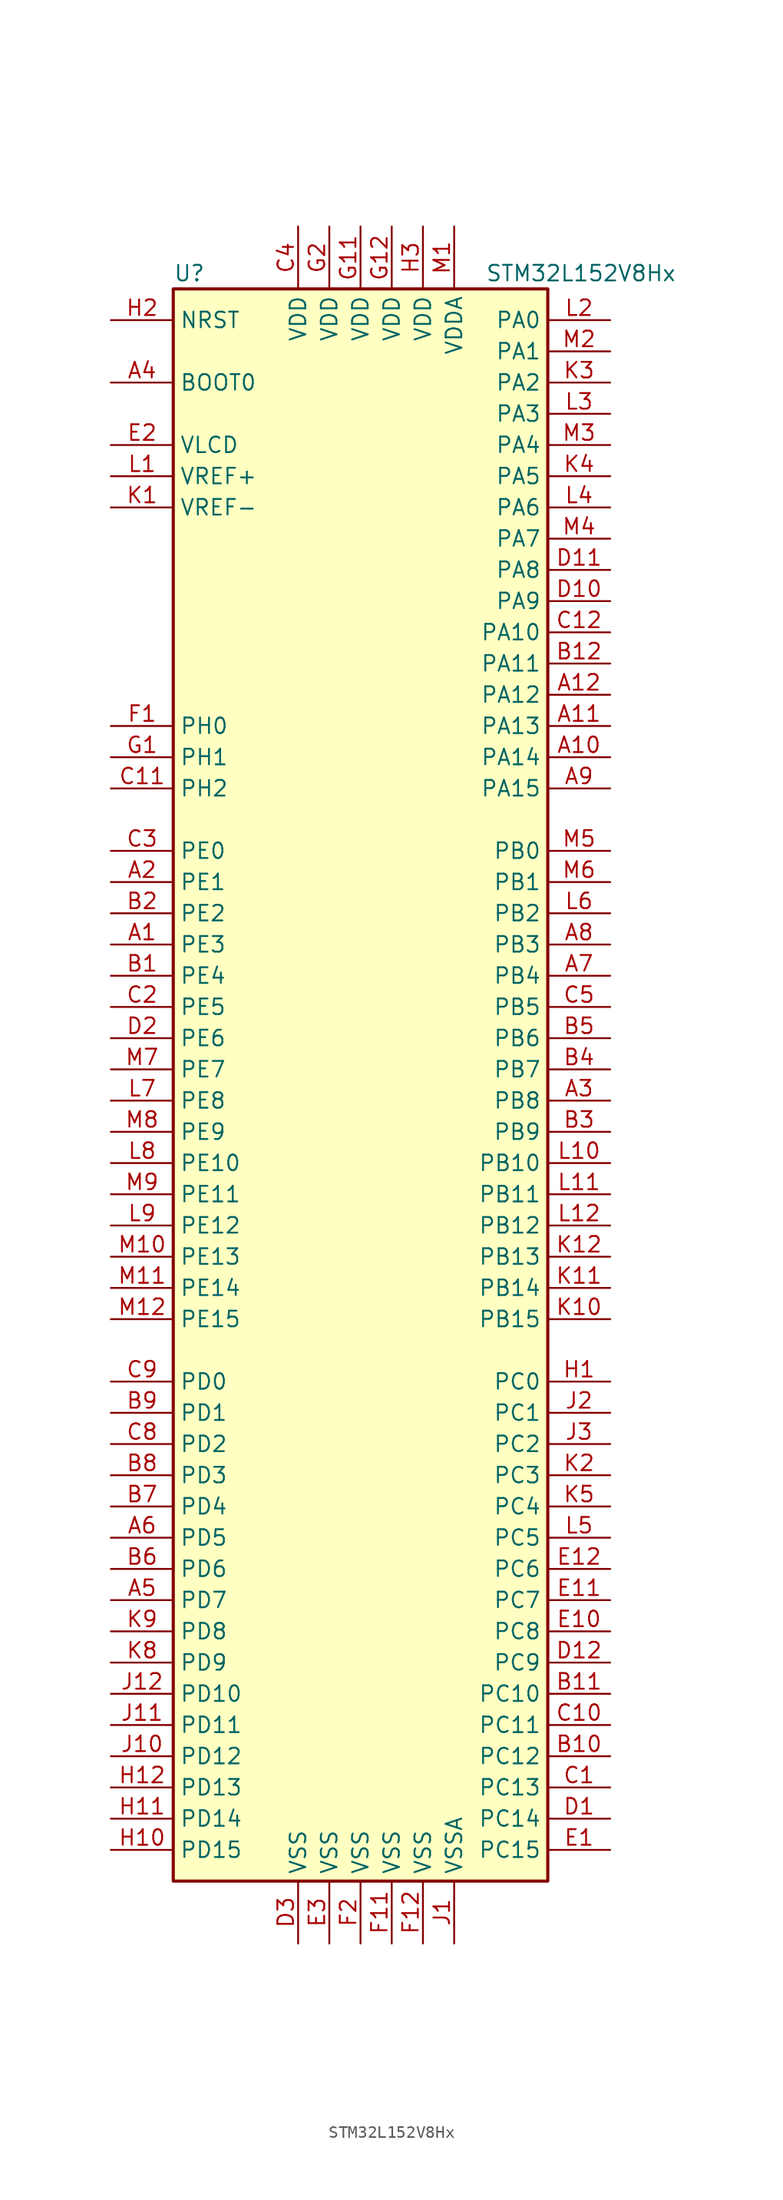
<source format=kicad_sym>
(kicad_symbol_lib
  (version 20201005)
  (generator kicad_symbol_editor)
  (symbol "STM32L152V8Hx"
    (property "Reference" "U"
      (at -15.24 64.77 0)
      (effects (font (size 1.27 1.27)) (justify left)))
    (property "Value" "STM32L152V8Hx"
      (at 10.16 64.77 0)
      (effects (font (size 1.27 1.27)) (justify left)))
    (symbol "STM32L152V8Hx_0_1"
      (rectangle (start -15.24 -66.04) (end 15.24 63.5) (stroke (width 0.254)) (fill (type background))))
    (symbol "STM32L152V8Hx_1_1"
      (pin bidirectional line (at -20.32 10.16 0) (length 5.08) (name "PE3" (effects (font (size 1.27 1.27)))) (number "A1" (effects (font (size 1.27 1.27)))))
      (pin bidirectional line (at 20.32 25.4 180) (length 5.08) (name "PA14" (effects (font (size 1.27 1.27)))) (number "A10" (effects (font (size 1.27 1.27)))))
      (pin bidirectional line (at 20.32 27.94 180) (length 5.08) (name "PA13" (effects (font (size 1.27 1.27)))) (number "A11" (effects (font (size 1.27 1.27)))))
      (pin bidirectional line (at 20.32 30.48 180) (length 5.08) (name "PA12" (effects (font (size 1.27 1.27)))) (number "A12" (effects (font (size 1.27 1.27)))))
      (pin bidirectional line (at -20.32 15.24 0) (length 5.08) (name "PE1" (effects (font (size 1.27 1.27)))) (number "A2" (effects (font (size 1.27 1.27)))))
      (pin bidirectional line (at 20.32 -2.54 180) (length 5.08) (name "PB8" (effects (font (size 1.27 1.27)))) (number "A3" (effects (font (size 1.27 1.27)))))
      (pin input line (at -20.32 55.88 0) (length 5.08) (name "BOOT0" (effects (font (size 1.27 1.27)))) (number "A4" (effects (font (size 1.27 1.27)))))
      (pin bidirectional line (at -20.32 -43.18 0) (length 5.08) (name "PD7" (effects (font (size 1.27 1.27)))) (number "A5" (effects (font (size 1.27 1.27)))))
      (pin bidirectional line (at -20.32 -38.1 0) (length 5.08) (name "PD5" (effects (font (size 1.27 1.27)))) (number "A6" (effects (font (size 1.27 1.27)))))
      (pin bidirectional line (at 20.32 7.62 180) (length 5.08) (name "PB4" (effects (font (size 1.27 1.27)))) (number "A7" (effects (font (size 1.27 1.27)))))
      (pin bidirectional line (at 20.32 10.16 180) (length 5.08) (name "PB3" (effects (font (size 1.27 1.27)))) (number "A8" (effects (font (size 1.27 1.27)))))
      (pin bidirectional line (at 20.32 22.86 180) (length 5.08) (name "PA15" (effects (font (size 1.27 1.27)))) (number "A9" (effects (font (size 1.27 1.27)))))
      (pin bidirectional line (at -20.32 7.62 0) (length 5.08) (name "PE4" (effects (font (size 1.27 1.27)))) (number "B1" (effects (font (size 1.27 1.27)))))
      (pin bidirectional line (at 20.32 -55.88 180) (length 5.08) (name "PC12" (effects (font (size 1.27 1.27)))) (number "B10" (effects (font (size 1.27 1.27)))))
      (pin bidirectional line (at 20.32 -50.8 180) (length 5.08) (name "PC10" (effects (font (size 1.27 1.27)))) (number "B11" (effects (font (size 1.27 1.27)))))
      (pin bidirectional line (at 20.32 33.02 180) (length 5.08) (name "PA11" (effects (font (size 1.27 1.27)))) (number "B12" (effects (font (size 1.27 1.27)))))
      (pin bidirectional line (at -20.32 12.7 0) (length 5.08) (name "PE2" (effects (font (size 1.27 1.27)))) (number "B2" (effects (font (size 1.27 1.27)))))
      (pin bidirectional line (at 20.32 -5.08 180) (length 5.08) (name "PB9" (effects (font (size 1.27 1.27)))) (number "B3" (effects (font (size 1.27 1.27)))))
      (pin bidirectional line (at 20.32 0 180) (length 5.08) (name "PB7" (effects (font (size 1.27 1.27)))) (number "B4" (effects (font (size 1.27 1.27)))))
      (pin bidirectional line (at 20.32 2.54 180) (length 5.08) (name "PB6" (effects (font (size 1.27 1.27)))) (number "B5" (effects (font (size 1.27 1.27)))))
      (pin bidirectional line (at -20.32 -40.64 0) (length 5.08) (name "PD6" (effects (font (size 1.27 1.27)))) (number "B6" (effects (font (size 1.27 1.27)))))
      (pin bidirectional line (at -20.32 -35.56 0) (length 5.08) (name "PD4" (effects (font (size 1.27 1.27)))) (number "B7" (effects (font (size 1.27 1.27)))))
      (pin bidirectional line (at -20.32 -33.02 0) (length 5.08) (name "PD3" (effects (font (size 1.27 1.27)))) (number "B8" (effects (font (size 1.27 1.27)))))
      (pin bidirectional line (at -20.32 -27.94 0) (length 5.08) (name "PD1" (effects (font (size 1.27 1.27)))) (number "B9" (effects (font (size 1.27 1.27)))))
      (pin bidirectional line (at 20.32 -58.42 180) (length 5.08) (name "PC13" (effects (font (size 1.27 1.27)))) (number "C1" (effects (font (size 1.27 1.27)))))
      (pin bidirectional line (at 20.32 -53.34 180) (length 5.08) (name "PC11" (effects (font (size 1.27 1.27)))) (number "C10" (effects (font (size 1.27 1.27)))))
      (pin bidirectional line (at -20.32 22.86 0) (length 5.08) (name "PH2" (effects (font (size 1.27 1.27)))) (number "C11" (effects (font (size 1.27 1.27)))))
      (pin bidirectional line (at 20.32 35.56 180) (length 5.08) (name "PA10" (effects (font (size 1.27 1.27)))) (number "C12" (effects (font (size 1.27 1.27)))))
      (pin bidirectional line (at -20.32 5.08 0) (length 5.08) (name "PE5" (effects (font (size 1.27 1.27)))) (number "C2" (effects (font (size 1.27 1.27)))))
      (pin bidirectional line (at -20.32 17.78 0) (length 5.08) (name "PE0" (effects (font (size 1.27 1.27)))) (number "C3" (effects (font (size 1.27 1.27)))))
      (pin power_in line (at -5.08 68.58 270) (length 5.08) (name "VDD" (effects (font (size 1.27 1.27)))) (number "C4" (effects (font (size 1.27 1.27)))))
      (pin bidirectional line (at 20.32 5.08 180) (length 5.08) (name "PB5" (effects (font (size 1.27 1.27)))) (number "C5" (effects (font (size 1.27 1.27)))))
      (pin bidirectional line (at -20.32 -30.48 0) (length 5.08) (name "PD2" (effects (font (size 1.27 1.27)))) (number "C8" (effects (font (size 1.27 1.27)))))
      (pin bidirectional line (at -20.32 -25.4 0) (length 5.08) (name "PD0" (effects (font (size 1.27 1.27)))) (number "C9" (effects (font (size 1.27 1.27)))))
      (pin bidirectional line (at 20.32 -60.96 180) (length 5.08) (name "PC14" (effects (font (size 1.27 1.27)))) (number "D1" (effects (font (size 1.27 1.27)))))
      (pin bidirectional line (at 20.32 38.1 180) (length 5.08) (name "PA9" (effects (font (size 1.27 1.27)))) (number "D10" (effects (font (size 1.27 1.27)))))
      (pin bidirectional line (at 20.32 40.64 180) (length 5.08) (name "PA8" (effects (font (size 1.27 1.27)))) (number "D11" (effects (font (size 1.27 1.27)))))
      (pin bidirectional line (at 20.32 -48.26 180) (length 5.08) (name "PC9" (effects (font (size 1.27 1.27)))) (number "D12" (effects (font (size 1.27 1.27)))))
      (pin bidirectional line (at -20.32 2.54 0) (length 5.08) (name "PE6" (effects (font (size 1.27 1.27)))) (number "D2" (effects (font (size 1.27 1.27)))))
      (pin power_in line (at -5.08 -71.12 90) (length 5.08) (name "VSS" (effects (font (size 1.27 1.27)))) (number "D3" (effects (font (size 1.27 1.27)))))
      (pin bidirectional line (at 20.32 -63.5 180) (length 5.08) (name "PC15" (effects (font (size 1.27 1.27)))) (number "E1" (effects (font (size 1.27 1.27)))))
      (pin bidirectional line (at 20.32 -45.72 180) (length 5.08) (name "PC8" (effects (font (size 1.27 1.27)))) (number "E10" (effects (font (size 1.27 1.27)))))
      (pin bidirectional line (at 20.32 -43.18 180) (length 5.08) (name "PC7" (effects (font (size 1.27 1.27)))) (number "E11" (effects (font (size 1.27 1.27)))))
      (pin bidirectional line (at 20.32 -40.64 180) (length 5.08) (name "PC6" (effects (font (size 1.27 1.27)))) (number "E12" (effects (font (size 1.27 1.27)))))
      (pin power_in line (at -20.32 50.8 0) (length 5.08) (name "VLCD" (effects (font (size 1.27 1.27)))) (number "E2" (effects (font (size 1.27 1.27)))))
      (pin power_in line (at -2.54 -71.12 90) (length 5.08) (name "VSS" (effects (font (size 1.27 1.27)))) (number "E3" (effects (font (size 1.27 1.27)))))
      (pin input line (at -20.32 27.94 0) (length 5.08) (name "PH0" (effects (font (size 1.27 1.27)))) (number "F1" (effects (font (size 1.27 1.27)))))
      (pin power_in line (at 2.54 -71.12 90) (length 5.08) (name "VSS" (effects (font (size 1.27 1.27)))) (number "F11" (effects (font (size 1.27 1.27)))))
      (pin power_in line (at 5.08 -71.12 90) (length 5.08) (name "VSS" (effects (font (size 1.27 1.27)))) (number "F12" (effects (font (size 1.27 1.27)))))
      (pin power_in line (at 0 -71.12 90) (length 5.08) (name "VSS" (effects (font (size 1.27 1.27)))) (number "F2" (effects (font (size 1.27 1.27)))))
      (pin input line (at -20.32 25.4 0) (length 5.08) (name "PH1" (effects (font (size 1.27 1.27)))) (number "G1" (effects (font (size 1.27 1.27)))))
      (pin power_in line (at 0 68.58 270) (length 5.08) (name "VDD" (effects (font (size 1.27 1.27)))) (number "G11" (effects (font (size 1.27 1.27)))))
      (pin power_in line (at 2.54 68.58 270) (length 5.08) (name "VDD" (effects (font (size 1.27 1.27)))) (number "G12" (effects (font (size 1.27 1.27)))))
      (pin power_in line (at -2.54 68.58 270) (length 5.08) (name "VDD" (effects (font (size 1.27 1.27)))) (number "G2" (effects (font (size 1.27 1.27)))))
      (pin bidirectional line (at 20.32 -25.4 180) (length 5.08) (name "PC0" (effects (font (size 1.27 1.27)))) (number "H1" (effects (font (size 1.27 1.27)))))
      (pin bidirectional line (at -20.32 -63.5 0) (length 5.08) (name "PD15" (effects (font (size 1.27 1.27)))) (number "H10" (effects (font (size 1.27 1.27)))))
      (pin bidirectional line (at -20.32 -60.96 0) (length 5.08) (name "PD14" (effects (font (size 1.27 1.27)))) (number "H11" (effects (font (size 1.27 1.27)))))
      (pin bidirectional line (at -20.32 -58.42 0) (length 5.08) (name "PD13" (effects (font (size 1.27 1.27)))) (number "H12" (effects (font (size 1.27 1.27)))))
      (pin input line (at -20.32 60.96 0) (length 5.08) (name "NRST" (effects (font (size 1.27 1.27)))) (number "H2" (effects (font (size 1.27 1.27)))))
      (pin power_in line (at 5.08 68.58 270) (length 5.08) (name "VDD" (effects (font (size 1.27 1.27)))) (number "H3" (effects (font (size 1.27 1.27)))))
      (pin power_in line (at 7.62 -71.12 90) (length 5.08) (name "VSSA" (effects (font (size 1.27 1.27)))) (number "J1" (effects (font (size 1.27 1.27)))))
      (pin bidirectional line (at -20.32 -55.88 0) (length 5.08) (name "PD12" (effects (font (size 1.27 1.27)))) (number "J10" (effects (font (size 1.27 1.27)))))
      (pin bidirectional line (at -20.32 -53.34 0) (length 5.08) (name "PD11" (effects (font (size 1.27 1.27)))) (number "J11" (effects (font (size 1.27 1.27)))))
      (pin bidirectional line (at -20.32 -50.8 0) (length 5.08) (name "PD10" (effects (font (size 1.27 1.27)))) (number "J12" (effects (font (size 1.27 1.27)))))
      (pin bidirectional line (at 20.32 -27.94 180) (length 5.08) (name "PC1" (effects (font (size 1.27 1.27)))) (number "J2" (effects (font (size 1.27 1.27)))))
      (pin bidirectional line (at 20.32 -30.48 180) (length 5.08) (name "PC2" (effects (font (size 1.27 1.27)))) (number "J3" (effects (font (size 1.27 1.27)))))
      (pin power_in line (at -20.32 45.72 0) (length 5.08) (name "VREF-" (effects (font (size 1.27 1.27)))) (number "K1" (effects (font (size 1.27 1.27)))))
      (pin bidirectional line (at 20.32 -20.32 180) (length 5.08) (name "PB15" (effects (font (size 1.27 1.27)))) (number "K10" (effects (font (size 1.27 1.27)))))
      (pin bidirectional line (at 20.32 -17.78 180) (length 5.08) (name "PB14" (effects (font (size 1.27 1.27)))) (number "K11" (effects (font (size 1.27 1.27)))))
      (pin bidirectional line (at 20.32 -15.24 180) (length 5.08) (name "PB13" (effects (font (size 1.27 1.27)))) (number "K12" (effects (font (size 1.27 1.27)))))
      (pin bidirectional line (at 20.32 -33.02 180) (length 5.08) (name "PC3" (effects (font (size 1.27 1.27)))) (number "K2" (effects (font (size 1.27 1.27)))))
      (pin bidirectional line (at 20.32 55.88 180) (length 5.08) (name "PA2" (effects (font (size 1.27 1.27)))) (number "K3" (effects (font (size 1.27 1.27)))))
      (pin bidirectional line (at 20.32 48.26 180) (length 5.08) (name "PA5" (effects (font (size 1.27 1.27)))) (number "K4" (effects (font (size 1.27 1.27)))))
      (pin bidirectional line (at 20.32 -35.56 180) (length 5.08) (name "PC4" (effects (font (size 1.27 1.27)))) (number "K5" (effects (font (size 1.27 1.27)))))
      (pin bidirectional line (at -20.32 -48.26 0) (length 5.08) (name "PD9" (effects (font (size 1.27 1.27)))) (number "K8" (effects (font (size 1.27 1.27)))))
      (pin bidirectional line (at -20.32 -45.72 0) (length 5.08) (name "PD8" (effects (font (size 1.27 1.27)))) (number "K9" (effects (font (size 1.27 1.27)))))
      (pin power_in line (at -20.32 48.26 0) (length 5.08) (name "VREF+" (effects (font (size 1.27 1.27)))) (number "L1" (effects (font (size 1.27 1.27)))))
      (pin bidirectional line (at 20.32 -7.62 180) (length 5.08) (name "PB10" (effects (font (size 1.27 1.27)))) (number "L10" (effects (font (size 1.27 1.27)))))
      (pin bidirectional line (at 20.32 -10.16 180) (length 5.08) (name "PB11" (effects (font (size 1.27 1.27)))) (number "L11" (effects (font (size 1.27 1.27)))))
      (pin bidirectional line (at 20.32 -12.7 180) (length 5.08) (name "PB12" (effects (font (size 1.27 1.27)))) (number "L12" (effects (font (size 1.27 1.27)))))
      (pin bidirectional line (at 20.32 60.96 180) (length 5.08) (name "PA0" (effects (font (size 1.27 1.27)))) (number "L2" (effects (font (size 1.27 1.27)))))
      (pin bidirectional line (at 20.32 53.34 180) (length 5.08) (name "PA3" (effects (font (size 1.27 1.27)))) (number "L3" (effects (font (size 1.27 1.27)))))
      (pin bidirectional line (at 20.32 45.72 180) (length 5.08) (name "PA6" (effects (font (size 1.27 1.27)))) (number "L4" (effects (font (size 1.27 1.27)))))
      (pin bidirectional line (at 20.32 -38.1 180) (length 5.08) (name "PC5" (effects (font (size 1.27 1.27)))) (number "L5" (effects (font (size 1.27 1.27)))))
      (pin bidirectional line (at 20.32 12.7 180) (length 5.08) (name "PB2" (effects (font (size 1.27 1.27)))) (number "L6" (effects (font (size 1.27 1.27)))))
      (pin bidirectional line (at -20.32 -2.54 0) (length 5.08) (name "PE8" (effects (font (size 1.27 1.27)))) (number "L7" (effects (font (size 1.27 1.27)))))
      (pin bidirectional line (at -20.32 -7.62 0) (length 5.08) (name "PE10" (effects (font (size 1.27 1.27)))) (number "L8" (effects (font (size 1.27 1.27)))))
      (pin bidirectional line (at -20.32 -12.7 0) (length 5.08) (name "PE12" (effects (font (size 1.27 1.27)))) (number "L9" (effects (font (size 1.27 1.27)))))
      (pin power_in line (at 7.62 68.58 270) (length 5.08) (name "VDDA" (effects (font (size 1.27 1.27)))) (number "M1" (effects (font (size 1.27 1.27)))))
      (pin bidirectional line (at -20.32 -15.24 0) (length 5.08) (name "PE13" (effects (font (size 1.27 1.27)))) (number "M10" (effects (font (size 1.27 1.27)))))
      (pin bidirectional line (at -20.32 -17.78 0) (length 5.08) (name "PE14" (effects (font (size 1.27 1.27)))) (number "M11" (effects (font (size 1.27 1.27)))))
      (pin bidirectional line (at -20.32 -20.32 0) (length 5.08) (name "PE15" (effects (font (size 1.27 1.27)))) (number "M12" (effects (font (size 1.27 1.27)))))
      (pin bidirectional line (at 20.32 58.42 180) (length 5.08) (name "PA1" (effects (font (size 1.27 1.27)))) (number "M2" (effects (font (size 1.27 1.27)))))
      (pin bidirectional line (at 20.32 50.8 180) (length 5.08) (name "PA4" (effects (font (size 1.27 1.27)))) (number "M3" (effects (font (size 1.27 1.27)))))
      (pin bidirectional line (at 20.32 43.18 180) (length 5.08) (name "PA7" (effects (font (size 1.27 1.27)))) (number "M4" (effects (font (size 1.27 1.27)))))
      (pin bidirectional line (at 20.32 17.78 180) (length 5.08) (name "PB0" (effects (font (size 1.27 1.27)))) (number "M5" (effects (font (size 1.27 1.27)))))
      (pin bidirectional line (at 20.32 15.24 180) (length 5.08) (name "PB1" (effects (font (size 1.27 1.27)))) (number "M6" (effects (font (size 1.27 1.27)))))
      (pin bidirectional line (at -20.32 0 0) (length 5.08) (name "PE7" (effects (font (size 1.27 1.27)))) (number "M7" (effects (font (size 1.27 1.27)))))
      (pin bidirectional line (at -20.32 -5.08 0) (length 5.08) (name "PE9" (effects (font (size 1.27 1.27)))) (number "M8" (effects (font (size 1.27 1.27)))))
      (pin bidirectional line (at -20.32 -10.16 0) (length 5.08) (name "PE11" (effects (font (size 1.27 1.27)))) (number "M9" (effects (font (size 1.27 1.27))))))))
</source>
